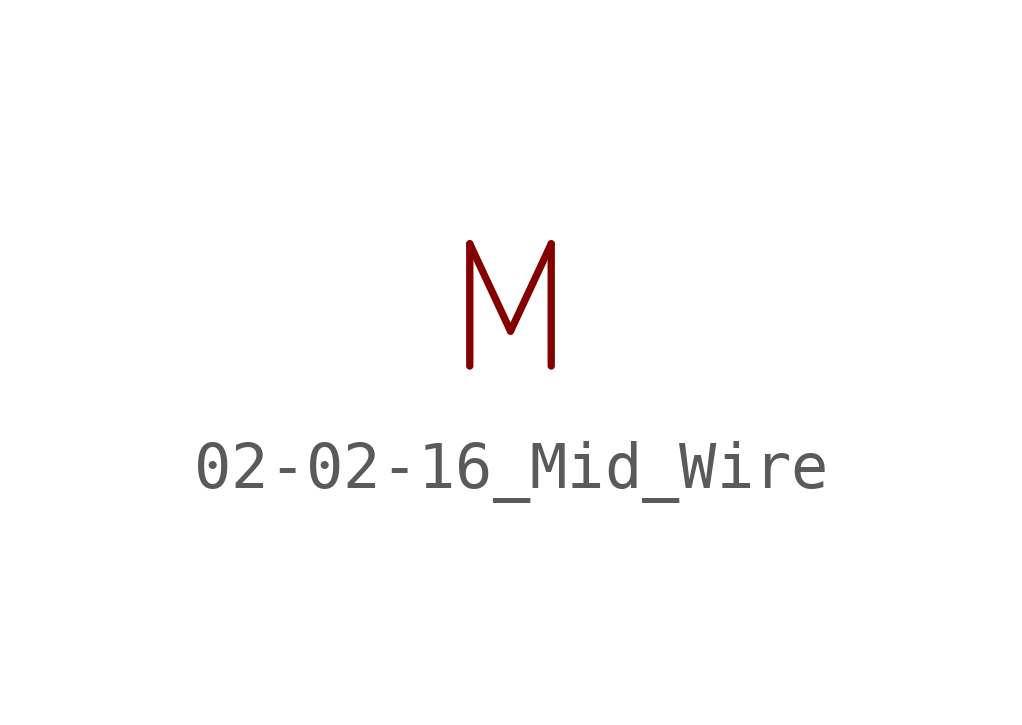
<source format=kicad_sym>
(kicad_symbol_lib
  (version 20200827)
  (generator kicad_symbol_editor)
  (symbol "Symbol_IEC_60617-2:02-02-16_Mid_Wire"
    (pin_numbers hide)
    (pin_names
      (offset 0) hide)
    (property "Reference" "#SYM"
      (at 0 5.08 0)
      (effects (font (size 1.27 1.27)) hide))
    (symbol "02-02-16_Mid_Wire_0_0"
      (text "M" (at 0 0 0) (effects (font (size 2.54 2.54)))))))
</source>
